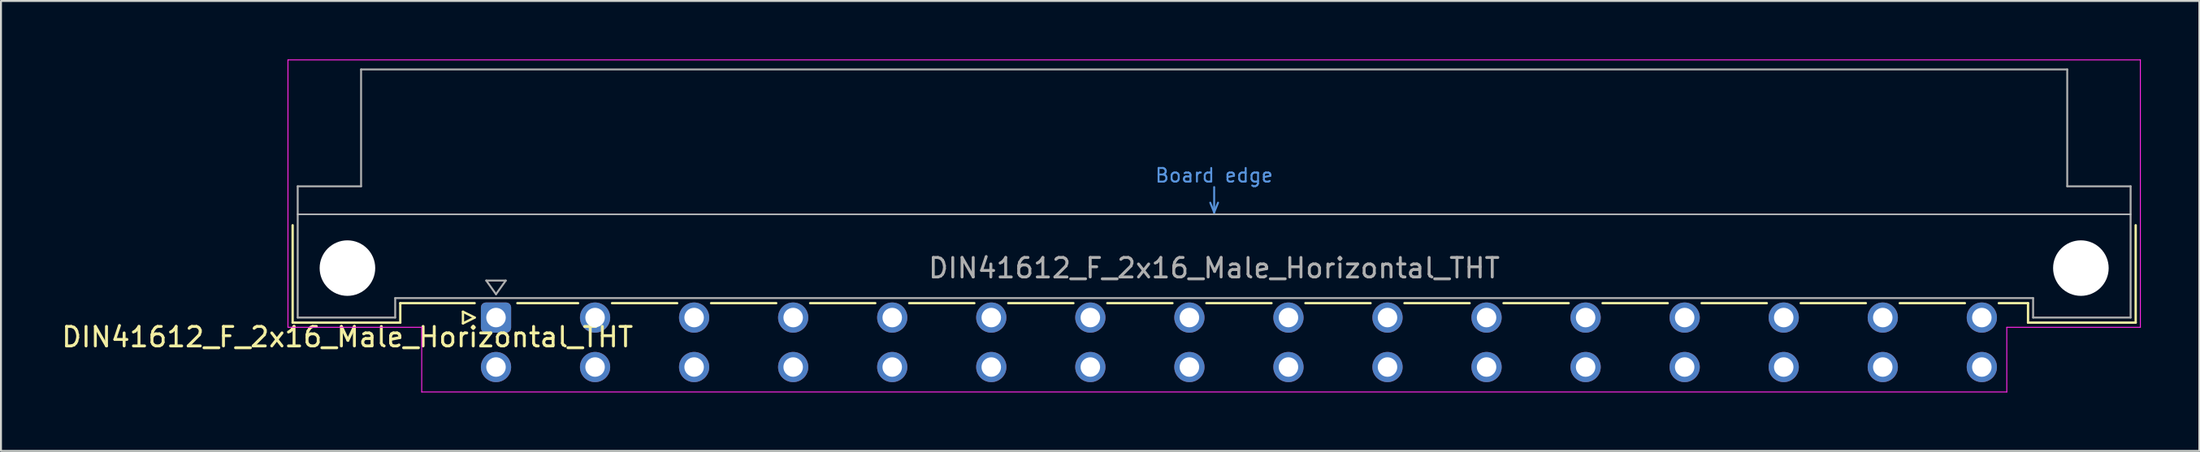
<source format=kicad_pcb>
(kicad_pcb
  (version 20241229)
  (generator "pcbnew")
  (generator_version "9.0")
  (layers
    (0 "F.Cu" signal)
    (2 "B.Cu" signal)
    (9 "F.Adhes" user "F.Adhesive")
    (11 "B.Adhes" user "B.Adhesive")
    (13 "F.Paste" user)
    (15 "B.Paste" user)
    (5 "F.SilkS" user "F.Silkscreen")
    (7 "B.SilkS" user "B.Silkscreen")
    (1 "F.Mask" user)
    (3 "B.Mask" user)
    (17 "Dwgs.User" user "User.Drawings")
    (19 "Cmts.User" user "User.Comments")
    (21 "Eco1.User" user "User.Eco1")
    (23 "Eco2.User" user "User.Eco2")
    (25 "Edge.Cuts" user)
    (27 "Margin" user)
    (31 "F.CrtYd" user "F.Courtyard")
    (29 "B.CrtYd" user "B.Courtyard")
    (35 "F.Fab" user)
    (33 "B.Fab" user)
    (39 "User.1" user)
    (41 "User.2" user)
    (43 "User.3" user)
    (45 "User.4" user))
  (footprint "DIN41612_F_2x16_Male_Horizontal_THT"
    (layer "F.Cu")
    (at 19.848 13.255)
    (property "Reference" "DIN41612_F_2x16_Male_Horizontal_THT" (at -5.08 1 0) (layer "F.SilkS") (effects (font (size 1 1) (thickness 0.15))))
    (attr through_hole)
    (fp_line (start -7.89 -4.74) (end -7.89 0.26) (stroke (width 0.12) (type solid)) (layer "F.SilkS"))
    (fp_line (start -7.89 0.26) (end -2.37 0.26) (stroke (width 0.12) (type solid)) (layer "F.SilkS"))
    (fp_line (start -2.371 -0.74) (end 1.445 -0.74) (stroke (width 0.12) (type solid)) (layer "F.SilkS"))
    (fp_line (start -2.37 0.26) (end -2.37 -0.74) (stroke (width 0.12) (type solid)) (layer "F.SilkS"))
    (fp_line (start 0.845 -0.3) (end 0.845 0.3) (stroke (width 0.12) (type solid)) (layer "F.SilkS"))
    (fp_line (start 0.845 0.3) (end 1.445 0) (stroke (width 0.12) (type solid)) (layer "F.SilkS"))
    (fp_line (start 1.445 0) (end 0.845 -0.3) (stroke (width 0.12) (type solid)) (layer "F.SilkS"))
    (fp_line (start 3.635 -0.74) (end 6.751 -0.74) (stroke (width 0.12) (type solid)) (layer "F.SilkS"))
    (fp_line (start 8.49 -0.74) (end 11.831 -0.74) (stroke (width 0.12) (type solid)) (layer "F.SilkS"))
    (fp_line (start 13.57 -0.74) (end 16.911 -0.74) (stroke (width 0.12) (type solid)) (layer "F.SilkS"))
    (fp_line (start 18.65 -0.74) (end 21.991 -0.74) (stroke (width 0.12) (type solid)) (layer "F.SilkS"))
    (fp_line (start 23.73 -0.74) (end 27.071 -0.74) (stroke (width 0.12) (type solid)) (layer "F.SilkS"))
    (fp_line (start 28.81 -0.74) (end 32.151 -0.74) (stroke (width 0.12) (type solid)) (layer "F.SilkS"))
    (fp_line (start 33.89 -0.74) (end 37.231 -0.74) (stroke (width 0.12) (type solid)) (layer "F.SilkS"))
    (fp_line (start 38.97 -0.74) (end 42.311 -0.74) (stroke (width 0.12) (type solid)) (layer "F.SilkS"))
    (fp_line (start 44.05 -0.74) (end 47.391 -0.74) (stroke (width 0.12) (type solid)) (layer "F.SilkS"))
    (fp_line (start 49.13 -0.74) (end 52.471 -0.74) (stroke (width 0.12) (type solid)) (layer "F.SilkS"))
    (fp_line (start 54.21 -0.74) (end 57.551 -0.74) (stroke (width 0.12) (type solid)) (layer "F.SilkS"))
    (fp_line (start 59.29 -0.74) (end 62.631 -0.74) (stroke (width 0.12) (type solid)) (layer "F.SilkS"))
    (fp_line (start 64.37 -0.74) (end 67.711 -0.74) (stroke (width 0.12) (type solid)) (layer "F.SilkS"))
    (fp_line (start 69.45 -0.74) (end 72.791 -0.74) (stroke (width 0.12) (type solid)) (layer "F.SilkS"))
    (fp_line (start 74.53 -0.74) (end 77.871 -0.74) (stroke (width 0.12) (type solid)) (layer "F.SilkS"))
    (fp_line (start 79.61 -0.74) (end 81.11 -0.74) (stroke (width 0.12) (type solid)) (layer "F.SilkS"))
    (fp_line (start 81.11 0.26) (end 81.11 -0.74) (stroke (width 0.12) (type solid)) (layer "F.SilkS"))
    (fp_line (start 86.63 -4.74) (end 86.63 0.26) (stroke (width 0.12) (type solid)) (layer "F.SilkS"))
    (fp_line (start 86.63 0.26) (end 81.11 0.26) (stroke (width 0.12) (type solid)) (layer "F.SilkS"))
    (fp_line (start -7.63 -5.3) (end 86.37 -5.3) (stroke (width 0.08) (type solid)) (layer "Dwgs.User"))
    (fp_line (start 39.17 -5.9) (end 39.37 -5.4) (stroke (width 0.1) (type solid)) (layer "Cmts.User"))
    (fp_line (start 39.37 -5.4) (end 39.37 -6.7) (stroke (width 0.1) (type solid)) (layer "Cmts.User"))
    (fp_line (start 39.37 -5.4) (end 39.57 -5.9) (stroke (width 0.1) (type solid)) (layer "Cmts.User"))
    (fp_line (start -8.13 -13.23) (end -8.13 0.5) (stroke (width 0.05) (type solid)) (layer "F.CrtYd"))
    (fp_line (start -8.13 0.5) (end -1.27 0.5) (stroke (width 0.05) (type solid)) (layer "F.CrtYd"))
    (fp_line (start -1.27 0.5) (end -1.27 3.82) (stroke (width 0.05) (type solid)) (layer "F.CrtYd"))
    (fp_line (start -1.27 3.82) (end 80.02 3.82) (stroke (width 0.05) (type solid)) (layer "F.CrtYd"))
    (fp_line (start 80.02 0.5) (end 86.87 0.5) (stroke (width 0.05) (type solid)) (layer "F.CrtYd"))
    (fp_line (start 80.02 3.82) (end 80.02 0.5) (stroke (width 0.05) (type solid)) (layer "F.CrtYd"))
    (fp_line (start 86.87 -13.23) (end -8.13 -13.23) (stroke (width 0.05) (type solid)) (layer "F.CrtYd"))
    (fp_line (start 86.87 0.5) (end 86.87 -13.23) (stroke (width 0.05) (type solid)) (layer "F.CrtYd"))
    (fp_line (start -7.63 -6.74) (end -7.63 0) (stroke (width 0.1) (type solid)) (layer "F.Fab"))
    (fp_line (start -7.63 0) (end -2.63 0) (stroke (width 0.1) (type solid)) (layer "F.Fab"))
    (fp_line (start -4.38 -12.74) (end -4.38 -6.74) (stroke (width 0.1) (type solid)) (layer "F.Fab"))
    (fp_line (start -4.38 -6.74) (end -7.63 -6.74) (stroke (width 0.1) (type solid)) (layer "F.Fab"))
    (fp_line (start -2.63 -1) (end 81.37 -1) (stroke (width 0.1) (type solid)) (layer "F.Fab"))
    (fp_line (start -2.63 0) (end -2.63 -1) (stroke (width 0.1) (type solid)) (layer "F.Fab"))
    (fp_line (start 2.04 -1.9) (end 3.04 -1.9) (stroke (width 0.1) (type solid)) (layer "F.Fab"))
    (fp_line (start 2.54 -1.2) (end 2.04 -1.9) (stroke (width 0.1) (type solid)) (layer "F.Fab"))
    (fp_line (start 3.04 -1.9) (end 2.54 -1.2) (stroke (width 0.1) (type solid)) (layer "F.Fab"))
    (fp_line (start 81.37 -1) (end 81.37 0) (stroke (width 0.1) (type solid)) (layer "F.Fab"))
    (fp_line (start 81.37 0) (end 86.37 0) (stroke (width 0.1) (type solid)) (layer "F.Fab"))
    (fp_line (start 83.12 -12.74) (end -4.38 -12.74) (stroke (width 0.1) (type solid)) (layer "F.Fab"))
    (fp_line (start 83.12 -6.74) (end 83.12 -12.74) (stroke (width 0.1) (type solid)) (layer "F.Fab"))
    (fp_line (start 86.37 -6.74) (end 83.12 -6.74) (stroke (width 0.1) (type solid)) (layer "F.Fab"))
    (fp_line (start 86.37 0) (end 86.37 -6.74) (stroke (width 0.1) (type solid)) (layer "F.Fab"))
    (fp_text user "Board edge" (at 39.37 -7.3 0) (layer "Cmts.User") (effects (font (size 0.7 0.7) (thickness 0.1))))
    (fp_text user "${REFERENCE}" (at 39.37 -2.54 0) (layer "F.Fab") (effects (font (size 1 1) (thickness 0.15))))
    (pad "" np_thru_hole circle (at -5.08 -2.54) (size 2.85 2.85) (drill 2.85) (layers "*.Cu" "*.Mask"))
    (pad "" np_thru_hole circle (at 83.82 -2.54) (size 2.85 2.85) (drill 2.85) (layers "*.Cu" "*.Mask"))
    (pad "b2" thru_hole circle (at 2.54 2.54) (size 1.55 1.55) (drill 1) (layers "*.Cu" "*.Mask"))
    (pad "b4" thru_hole circle (at 7.62 2.54) (size 1.55 1.55) (drill 1) (layers "*.Cu" "*.Mask"))
    (pad "b6" thru_hole circle (at 12.7 2.54) (size 1.55 1.55) (drill 1) (layers "*.Cu" "*.Mask"))
    (pad "b8" thru_hole circle (at 17.78 2.54) (size 1.55 1.55) (drill 1) (layers "*.Cu" "*.Mask"))
    (pad "b10" thru_hole circle (at 22.86 2.54) (size 1.55 1.55) (drill 1) (layers "*.Cu" "*.Mask"))
    (pad "b12" thru_hole circle (at 27.94 2.54) (size 1.55 1.55) (drill 1) (layers "*.Cu" "*.Mask"))
    (pad "b14" thru_hole circle (at 33.02 2.54) (size 1.55 1.55) (drill 1) (layers "*.Cu" "*.Mask"))
    (pad "b16" thru_hole circle (at 38.1 2.54) (size 1.55 1.55) (drill 1) (layers "*.Cu" "*.Mask"))
    (pad "b18" thru_hole circle (at 43.18 2.54) (size 1.55 1.55) (drill 1) (layers "*.Cu" "*.Mask"))
    (pad "b20" thru_hole circle (at 48.26 2.54) (size 1.55 1.55) (drill 1) (layers "*.Cu" "*.Mask"))
    (pad "b22" thru_hole circle (at 53.34 2.54) (size 1.55 1.55) (drill 1) (layers "*.Cu" "*.Mask"))
    (pad "b24" thru_hole circle (at 58.42 2.54) (size 1.55 1.55) (drill 1) (layers "*.Cu" "*.Mask"))
    (pad "b26" thru_hole circle (at 63.5 2.54) (size 1.55 1.55) (drill 1) (layers "*.Cu" "*.Mask"))
    (pad "b28" thru_hole circle (at 68.58 2.54) (size 1.55 1.55) (drill 1) (layers "*.Cu" "*.Mask"))
    (pad "b30" thru_hole circle (at 73.66 2.54) (size 1.55 1.55) (drill 1) (layers "*.Cu" "*.Mask"))
    (pad "b32" thru_hole circle (at 78.74 2.54) (size 1.55 1.55) (drill 1) (layers "*.Cu" "*.Mask"))
    (pad "z2" thru_hole roundrect (at 2.54 0) (size 1.55 1.55) (drill 1) (layers "*.Cu" "*.Mask") (roundrect_rratio 0.161))
    (pad "z4" thru_hole circle (at 7.62 0) (size 1.55 1.55) (drill 1) (layers "*.Cu" "*.Mask"))
    (pad "z6" thru_hole circle (at 12.7 0) (size 1.55 1.55) (drill 1) (layers "*.Cu" "*.Mask"))
    (pad "z8" thru_hole circle (at 17.78 0) (size 1.55 1.55) (drill 1) (layers "*.Cu" "*.Mask"))
    (pad "z10" thru_hole circle (at 22.86 0) (size 1.55 1.55) (drill 1) (layers "*.Cu" "*.Mask"))
    (pad "z12" thru_hole circle (at 27.94 0) (size 1.55 1.55) (drill 1) (layers "*.Cu" "*.Mask"))
    (pad "z14" thru_hole circle (at 33.02 0) (size 1.55 1.55) (drill 1) (layers "*.Cu" "*.Mask"))
    (pad "z16" thru_hole circle (at 38.1 0) (size 1.55 1.55) (drill 1) (layers "*.Cu" "*.Mask"))
    (pad "z18" thru_hole circle (at 43.18 0) (size 1.55 1.55) (drill 1) (layers "*.Cu" "*.Mask"))
    (pad "z20" thru_hole circle (at 48.26 0) (size 1.55 1.55) (drill 1) (layers "*.Cu" "*.Mask"))
    (pad "z22" thru_hole circle (at 53.34 0) (size 1.55 1.55) (drill 1) (layers "*.Cu" "*.Mask"))
    (pad "z24" thru_hole circle (at 58.42 0) (size 1.55 1.55) (drill 1) (layers "*.Cu" "*.Mask"))
    (pad "z26" thru_hole circle (at 63.5 0) (size 1.55 1.55) (drill 1) (layers "*.Cu" "*.Mask"))
    (pad "z28" thru_hole circle (at 68.58 0) (size 1.55 1.55) (drill 1) (layers "*.Cu" "*.Mask"))
    (pad "z30" thru_hole circle (at 73.66 0) (size 1.55 1.55) (drill 1) (layers "*.Cu" "*.Mask"))
    (pad "z32" thru_hole circle (at 78.74 0) (size 1.55 1.55) (drill 1) (layers "*.Cu" "*.Mask")))
  (gr_rect
    (start -3 -3)
    (end 109.743 20.1)
    (stroke (width 0.1) (type default))
    (fill no)
    (layer "Edge.Cuts")))
</source>
